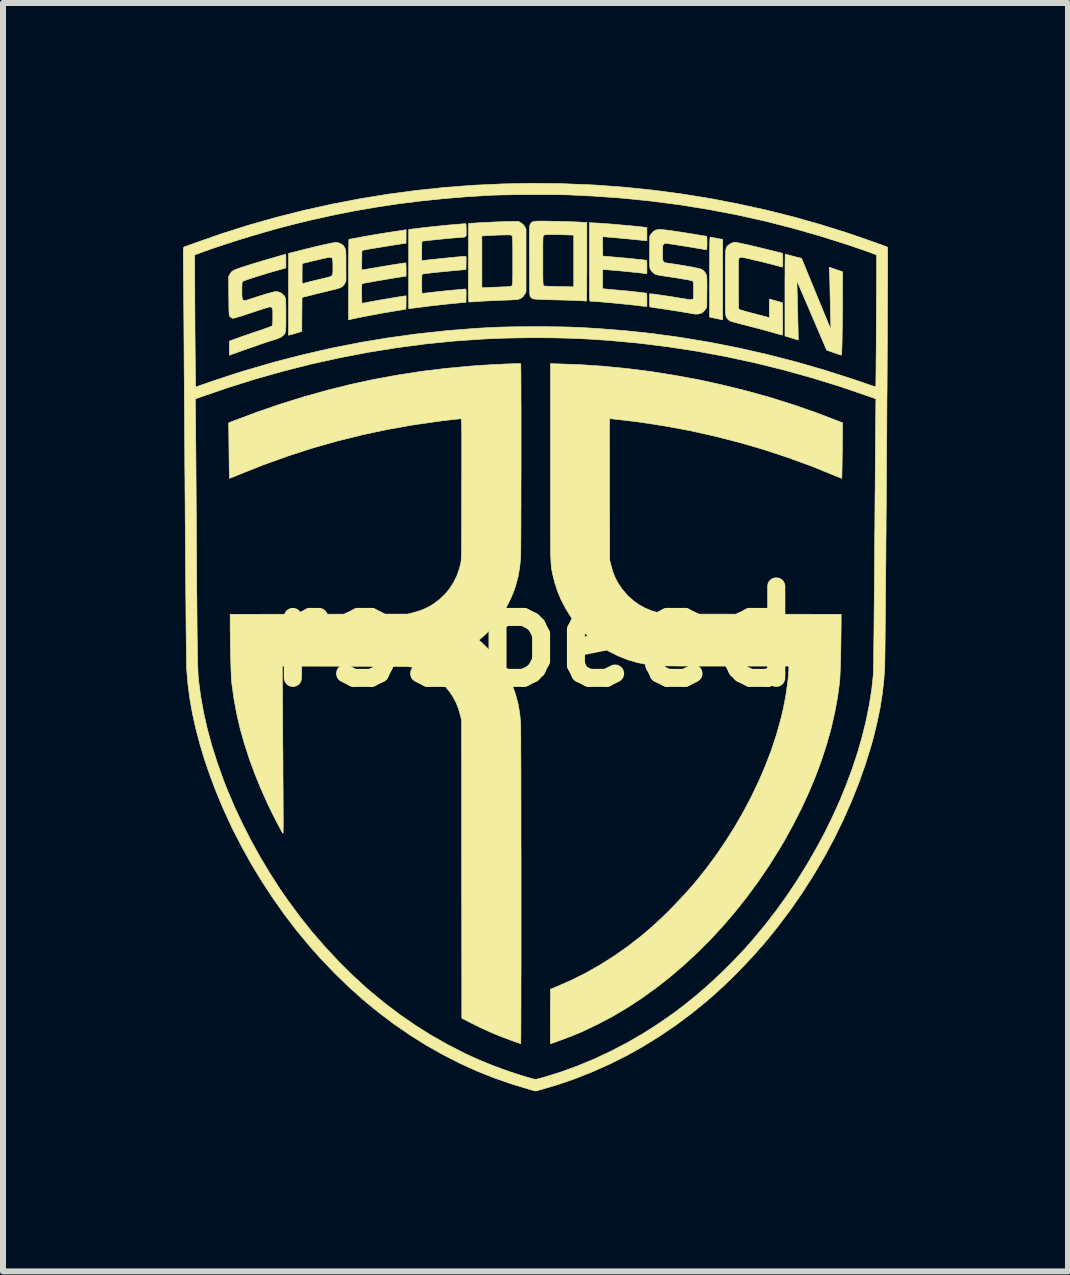
<source format=kicad_pcb>
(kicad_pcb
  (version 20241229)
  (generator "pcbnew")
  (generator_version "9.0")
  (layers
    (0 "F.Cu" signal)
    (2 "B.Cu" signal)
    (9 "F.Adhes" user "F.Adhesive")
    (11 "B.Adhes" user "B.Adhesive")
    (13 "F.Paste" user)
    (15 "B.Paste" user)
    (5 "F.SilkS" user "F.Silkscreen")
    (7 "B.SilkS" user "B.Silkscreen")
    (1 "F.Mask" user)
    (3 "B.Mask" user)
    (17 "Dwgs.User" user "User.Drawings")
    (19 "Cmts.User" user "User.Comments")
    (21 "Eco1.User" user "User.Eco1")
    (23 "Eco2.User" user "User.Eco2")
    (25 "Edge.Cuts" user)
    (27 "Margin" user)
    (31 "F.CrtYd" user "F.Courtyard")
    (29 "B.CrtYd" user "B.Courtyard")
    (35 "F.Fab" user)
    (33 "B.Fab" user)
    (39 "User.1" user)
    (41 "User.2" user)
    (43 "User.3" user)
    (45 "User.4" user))
  (footprint "rsspeed"
    (layer "F.Cu")
    (at 5.858 7.557)
    (property "Reference" "rsspeed" (at 0 0 0) (layer "F.SilkS") (effects (font (size 1.524 1.524) (thickness 0.3))))
    (attr through_hole)
    (fp_poly (pts (xy 2.939 -6.653) (xy 2.961 -6.65) (xy 2.991 -6.644) (xy 3.027 -6.638) (xy 3.037 -6.636) (xy 3.135 -6.617) (xy 3.135 -5.946) (xy 3.135 -5.849) (xy 3.135 -5.756) (xy 3.135 -5.668) (xy 3.135 -5.587) (xy 3.135 -5.513) (xy 3.134 -5.447) (xy 3.134 -5.39) (xy 3.134 -5.344) (xy 3.134 -5.309) (xy 3.134 -5.286) (xy 3.133 -5.277) (xy 3.133 -5.277) (xy 3.126 -5.279) (xy 3.107 -5.283) (xy 3.079 -5.289) (xy 3.044 -5.296) (xy 3.024 -5.3) (xy 2.917 -5.323) (xy 2.917 -5.989) (xy 2.917 -6.104) (xy 2.917 -6.205) (xy 2.918 -6.293) (xy 2.918 -6.369) (xy 2.918 -6.434) (xy 2.919 -6.489) (xy 2.919 -6.534) (xy 2.92 -6.57) (xy 2.921 -6.599) (xy 2.922 -6.621) (xy 2.923 -6.637) (xy 2.924 -6.647) (xy 2.926 -6.653) (xy 2.927 -6.655) (xy 2.928 -6.655) (xy 2.939 -6.653)) (stroke (width 0.01) (type solid)) (fill yes) (layer "F.SilkS"))
    (fp_poly (pts (xy -3.276 -6.563) (xy -3.242 -6.551) (xy -3.21 -6.534) (xy -3.188 -6.516) (xy -3.175 -6.499) (xy -3.162 -6.475) (xy -3.157 -6.466) (xy -3.154 -6.457) (xy -3.15 -6.447) (xy -3.148 -6.434) (xy -3.146 -6.418) (xy -3.145 -6.397) (xy -3.144 -6.368) (xy -3.143 -6.331) (xy -3.143 -6.283) (xy -3.143 -6.224) (xy -3.143 -6.179) (xy -3.142 -5.925) (xy -3.161 -5.887) (xy -3.177 -5.86) (xy -3.195 -5.839) (xy -3.219 -5.822) (xy -3.251 -5.808) (xy -3.293 -5.794) (xy -3.334 -5.784) (xy -3.366 -5.776) (xy -3.409 -5.766) (xy -3.46 -5.753) (xy -3.518 -5.739) (xy -3.578 -5.725) (xy -3.639 -5.71) (xy -3.652 -5.706) (xy -3.875 -5.651) (xy -3.877 -5.367) (xy -3.879 -5.084) (xy -3.968 -5.057) (xy -4.004 -5.046) (xy -4.037 -5.037) (xy -4.063 -5.03) (xy -4.078 -5.026) (xy -4.079 -5.025) (xy -4.1 -5.021) (xy -4.1 -5.949) (xy -3.874 -5.949) (xy -3.874 -5.918) (xy -3.872 -5.897) (xy -3.871 -5.885) (xy -3.868 -5.88) (xy -3.866 -5.88) (xy -3.856 -5.883) (xy -3.835 -5.889) (xy -3.804 -5.897) (xy -3.766 -5.907) (xy -3.726 -5.917) (xy -3.675 -5.93) (xy -3.62 -5.943) (xy -3.565 -5.956) (xy -3.517 -5.968) (xy -3.495 -5.973) (xy -3.45 -5.984) (xy -3.416 -5.993) (xy -3.392 -6.002) (xy -3.376 -6.015) (xy -3.366 -6.033) (xy -3.362 -6.058) (xy -3.36 -6.093) (xy -3.36 -6.14) (xy -3.36 -6.153) (xy -3.36 -6.206) (xy -3.362 -6.246) (xy -3.365 -6.275) (xy -3.37 -6.295) (xy -3.377 -6.308) (xy -3.386 -6.315) (xy -3.395 -6.319) (xy -3.405 -6.319) (xy -3.42 -6.318) (xy -3.442 -6.315) (xy -3.472 -6.309) (xy -3.512 -6.301) (xy -3.562 -6.29) (xy -3.623 -6.275) (xy -3.697 -6.258) (xy -3.73 -6.25) (xy -3.872 -6.215) (xy -3.874 -6.046) (xy -3.874 -5.991) (xy -3.874 -5.949) (xy -4.1 -5.949) (xy -4.1 -6.385) (xy -4.084 -6.388) (xy -4.073 -6.391) (xy -4.05 -6.397) (xy -4.016 -6.405) (xy -3.974 -6.415) (xy -3.926 -6.428) (xy -3.873 -6.441) (xy -3.85 -6.447) (xy -3.754 -6.471) (xy -3.664 -6.493) (xy -3.582 -6.512) (xy -3.509 -6.529) (xy -3.445 -6.543) (xy -3.392 -6.554) (xy -3.35 -6.562) (xy -3.32 -6.567) (xy -3.307 -6.568) (xy -3.276 -6.563)) (stroke (width 0.01) (type solid)) (fill yes) (layer "F.SilkS"))
    (fp_poly (pts (xy -0.264 -6.916) (xy -0.225 -6.892) (xy -0.195 -6.87) (xy -0.171 -6.842) (xy -0.164 -6.829) (xy -0.142 -6.789) (xy -0.142 -5.744) (xy -0.163 -5.705) (xy -0.193 -5.663) (xy -0.231 -5.635) (xy -0.276 -5.618) (xy -0.278 -5.618) (xy -0.295 -5.616) (xy -0.323 -5.613) (xy -0.363 -5.611) (xy -0.41 -5.608) (xy -0.464 -5.606) (xy -0.521 -5.604) (xy -0.552 -5.603) (xy -0.617 -5.6) (xy -0.687 -5.597) (xy -0.756 -5.594) (xy -0.821 -5.591) (xy -0.879 -5.588) (xy -0.926 -5.585) (xy -0.933 -5.584) (xy -0.978 -5.581) (xy -1.018 -5.578) (xy -1.052 -5.576) (xy -1.077 -5.574) (xy -1.09 -5.574) (xy -1.09 -5.574) (xy -1.093 -5.574) (xy -1.095 -5.576) (xy -1.096 -5.581) (xy -1.098 -5.59) (xy -1.099 -5.603) (xy -1.1 -5.621) (xy -1.101 -5.645) (xy -1.101 -5.676) (xy -1.102 -5.715) (xy -1.102 -5.763) (xy -1.102 -5.82) (xy -1.102 -5.888) (xy -1.102 -5.967) (xy -1.102 -6.059) (xy -1.101 -6.163) (xy -1.101 -6.228) (xy -1.1 -6.675) (xy -0.878 -6.675) (xy -0.878 -5.811) (xy -0.766 -5.816) (xy -0.718 -5.819) (xy -0.662 -5.821) (xy -0.602 -5.823) (xy -0.545 -5.826) (xy -0.522 -5.827) (xy -0.475 -5.828) (xy -0.441 -5.83) (xy -0.416 -5.832) (xy -0.4 -5.834) (xy -0.39 -5.837) (xy -0.383 -5.842) (xy -0.377 -5.848) (xy -0.377 -5.848) (xy -0.374 -5.853) (xy -0.371 -5.858) (xy -0.369 -5.866) (xy -0.367 -5.878) (xy -0.366 -5.894) (xy -0.365 -5.917) (xy -0.364 -5.946) (xy -0.364 -5.984) (xy -0.363 -6.032) (xy -0.363 -6.09) (xy -0.363 -6.161) (xy -0.363 -6.244) (xy -0.363 -6.261) (xy -0.363 -6.362) (xy -0.363 -6.449) (xy -0.364 -6.521) (xy -0.365 -6.579) (xy -0.366 -6.623) (xy -0.368 -6.653) (xy -0.37 -6.668) (xy -0.371 -6.67) (xy -0.384 -6.684) (xy -0.394 -6.69) (xy -0.406 -6.692) (xy -0.431 -6.693) (xy -0.466 -6.693) (xy -0.51 -6.692) (xy -0.561 -6.691) (xy -0.618 -6.689) (xy -0.677 -6.686) (xy -0.738 -6.683) (xy -0.796 -6.68) (xy -0.878 -6.675) (xy -1.1 -6.675) (xy -1.099 -6.883) (xy -0.972 -6.892) (xy -0.9 -6.896) (xy -0.822 -6.9) (xy -0.742 -6.904) (xy -0.661 -6.908) (xy -0.583 -6.911) (xy -0.51 -6.913) (xy -0.445 -6.915) (xy -0.391 -6.916) (xy -0.37 -6.916) (xy -0.264 -6.916)) (stroke (width 0.01) (type solid)) (fill yes) (layer "F.SilkS"))
    (fp_poly (pts (xy 4.186 -6.37) (xy 4.205 -6.365) (xy 4.232 -6.358) (xy 4.252 -6.353) (xy 4.292 -6.342) (xy 4.336 -6.33) (xy 4.376 -6.32) (xy 4.386 -6.318) (xy 4.449 -6.303) (xy 4.692 -5.712) (xy 4.728 -5.624) (xy 4.763 -5.54) (xy 4.795 -5.461) (xy 4.825 -5.388) (xy 4.853 -5.321) (xy 4.877 -5.262) (xy 4.898 -5.212) (xy 4.915 -5.172) (xy 4.927 -5.142) (xy 4.935 -5.124) (xy 4.938 -5.118) (xy 4.939 -5.123) (xy 4.939 -5.139) (xy 4.938 -5.163) (xy 4.938 -5.168) (xy 4.937 -5.186) (xy 4.936 -5.217) (xy 4.935 -5.259) (xy 4.934 -5.31) (xy 4.932 -5.37) (xy 4.931 -5.435) (xy 4.929 -5.505) (xy 4.928 -5.578) (xy 4.928 -5.581) (xy 4.926 -5.656) (xy 4.924 -5.73) (xy 4.923 -5.802) (xy 4.921 -5.869) (xy 4.92 -5.929) (xy 4.918 -5.981) (xy 4.917 -6.021) (xy 4.916 -6.047) (xy 4.911 -6.154) (xy 5.022 -6.116) (xy 5.133 -6.078) (xy 5.132 -5.693) (xy 5.131 -5.556) (xy 5.131 -5.426) (xy 5.13 -5.306) (xy 5.129 -5.194) (xy 5.127 -5.092) (xy 5.126 -5) (xy 5.125 -4.919) (xy 5.123 -4.849) (xy 5.121 -4.791) (xy 5.119 -4.746) (xy 5.117 -4.713) (xy 5.115 -4.694) (xy 5.113 -4.689) (xy 5.104 -4.691) (xy 5.084 -4.698) (xy 5.054 -4.707) (xy 5.019 -4.72) (xy 4.986 -4.731) (xy 4.867 -4.773) (xy 4.623 -5.344) (xy 4.586 -5.43) (xy 4.551 -5.512) (xy 4.518 -5.589) (xy 4.487 -5.661) (xy 4.459 -5.726) (xy 4.434 -5.783) (xy 4.414 -5.831) (xy 4.397 -5.87) (xy 4.385 -5.898) (xy 4.377 -5.914) (xy 4.375 -5.918) (xy 4.374 -5.912) (xy 4.373 -5.895) (xy 4.373 -5.868) (xy 4.374 -5.835) (xy 4.374 -5.826) (xy 4.376 -5.738) (xy 4.379 -5.649) (xy 4.381 -5.56) (xy 4.383 -5.473) (xy 4.386 -5.389) (xy 4.387 -5.308) (xy 4.389 -5.233) (xy 4.391 -5.163) (xy 4.392 -5.101) (xy 4.393 -5.048) (xy 4.394 -5.004) (xy 4.394 -4.971) (xy 4.394 -4.951) (xy 4.394 -4.943) (xy 4.386 -4.943) (xy 4.37 -4.947) (xy 4.367 -4.948) (xy 4.351 -4.953) (xy 4.325 -4.962) (xy 4.292 -4.972) (xy 4.258 -4.982) (xy 4.173 -5.008) (xy 4.173 -5.69) (xy 4.173 -5.788) (xy 4.173 -5.882) (xy 4.173 -5.971) (xy 4.174 -6.053) (xy 4.174 -6.128) (xy 4.174 -6.195) (xy 4.175 -6.253) (xy 4.175 -6.3) (xy 4.176 -6.337) (xy 4.177 -6.361) (xy 4.177 -6.371) (xy 4.177 -6.372) (xy 4.186 -6.37)) (stroke (width 0.01) (type solid)) (fill yes) (layer "F.SilkS"))
    (fp_poly (pts (xy 0.136 -6.922) (xy 0.186 -6.922) (xy 0.245 -6.921) (xy 0.31 -6.919) (xy 0.379 -6.918) (xy 0.45 -6.916) (xy 0.521 -6.914) (xy 0.589 -6.912) (xy 0.653 -6.91) (xy 0.711 -6.908) (xy 0.76 -6.905) (xy 0.789 -6.904) (xy 0.871 -6.899) (xy 0.871 -6.244) (xy 0.871 -6.148) (xy 0.871 -6.056) (xy 0.87 -5.969) (xy 0.87 -5.889) (xy 0.87 -5.816) (xy 0.869 -5.751) (xy 0.868 -5.696) (xy 0.868 -5.651) (xy 0.867 -5.618) (xy 0.866 -5.597) (xy 0.865 -5.589) (xy 0.865 -5.589) (xy 0.856 -5.59) (xy 0.836 -5.592) (xy 0.808 -5.594) (xy 0.78 -5.595) (xy 0.757 -5.597) (xy 0.72 -5.598) (xy 0.673 -5.6) (xy 0.617 -5.602) (xy 0.554 -5.604) (xy 0.485 -5.606) (xy 0.413 -5.608) (xy 0.345 -5.61) (xy 0.261 -5.612) (xy 0.19 -5.614) (xy 0.132 -5.616) (xy 0.084 -5.618) (xy 0.045 -5.62) (xy 0.015 -5.622) (xy -0.008 -5.625) (xy -0.025 -5.629) (xy -0.038 -5.634) (xy -0.048 -5.64) (xy -0.056 -5.647) (xy -0.063 -5.655) (xy -0.068 -5.663) (xy -0.071 -5.667) (xy -0.073 -5.671) (xy -0.075 -5.677) (xy -0.077 -5.686) (xy -0.079 -5.698) (xy -0.08 -5.714) (xy -0.081 -5.736) (xy -0.082 -5.764) (xy -0.083 -5.799) (xy -0.083 -5.843) (xy -0.084 -5.896) (xy -0.084 -5.959) (xy -0.085 -6.034) (xy -0.085 -6.121) (xy -0.085 -6.221) (xy -0.085 -6.262) (xy -0.085 -6.289) (xy 0.138 -6.289) (xy 0.138 -6.27) (xy 0.138 -6.182) (xy 0.138 -6.107) (xy 0.138 -6.045) (xy 0.139 -5.994) (xy 0.139 -5.953) (xy 0.14 -5.921) (xy 0.141 -5.897) (xy 0.142 -5.879) (xy 0.144 -5.867) (xy 0.146 -5.859) (xy 0.148 -5.854) (xy 0.149 -5.853) (xy 0.159 -5.844) (xy 0.162 -5.841) (xy 0.169 -5.84) (xy 0.189 -5.839) (xy 0.219 -5.838) (xy 0.257 -5.836) (xy 0.301 -5.835) (xy 0.349 -5.833) (xy 0.399 -5.832) (xy 0.448 -5.831) (xy 0.494 -5.83) (xy 0.535 -5.829) (xy 0.546 -5.829) (xy 0.653 -5.827) (xy 0.653 -6.689) (xy 0.51 -6.694) (xy 0.424 -6.696) (xy 0.352 -6.698) (xy 0.292 -6.699) (xy 0.244 -6.698) (xy 0.207 -6.697) (xy 0.18 -6.695) (xy 0.162 -6.691) (xy 0.152 -6.687) (xy 0.151 -6.686) (xy 0.148 -6.683) (xy 0.146 -6.678) (xy 0.144 -6.671) (xy 0.142 -6.659) (xy 0.141 -6.643) (xy 0.14 -6.62) (xy 0.139 -6.59) (xy 0.139 -6.551) (xy 0.138 -6.503) (xy 0.138 -6.444) (xy 0.138 -6.373) (xy 0.138 -6.289) (xy -0.085 -6.289) (xy -0.086 -6.367) (xy -0.086 -6.459) (xy -0.086 -6.539) (xy -0.086 -6.607) (xy -0.086 -6.664) (xy -0.086 -6.712) (xy -0.085 -6.751) (xy -0.084 -6.782) (xy -0.084 -6.806) (xy -0.082 -6.825) (xy -0.081 -6.839) (xy -0.079 -6.85) (xy -0.078 -6.857) (xy -0.075 -6.863) (xy -0.074 -6.865) (xy -0.062 -6.886) (xy -0.048 -6.901) (xy -0.029 -6.911) (xy -0.003 -6.917) (xy 0.032 -6.921) (xy 0.068 -6.922) (xy 0.095 -6.923) (xy 0.136 -6.922)) (stroke (width 0.01) (type solid)) (fill yes) (layer "F.SilkS"))
    (fp_poly (pts (xy -2.141 -6.666) (xy -2.141 -6.628) (xy -2.142 -6.595) (xy -2.142 -6.57) (xy -2.143 -6.556) (xy -2.144 -6.553) (xy -2.156 -6.552) (xy -2.18 -6.549) (xy -2.215 -6.544) (xy -2.259 -6.537) (xy -2.311 -6.529) (xy -2.368 -6.52) (xy -2.428 -6.51) (xy -2.49 -6.5) (xy -2.553 -6.49) (xy -2.614 -6.48) (xy -2.671 -6.471) (xy -2.724 -6.462) (xy -2.769 -6.454) (xy -2.806 -6.447) (xy -2.83 -6.443) (xy -2.877 -6.433) (xy -2.881 -6.109) (xy -2.85 -6.113) (xy -2.835 -6.115) (xy -2.807 -6.119) (xy -2.77 -6.126) (xy -2.726 -6.133) (xy -2.676 -6.142) (xy -2.634 -6.149) (xy -2.588 -6.157) (xy -2.537 -6.166) (xy -2.481 -6.175) (xy -2.425 -6.185) (xy -2.368 -6.194) (xy -2.314 -6.202) (xy -2.264 -6.21) (xy -2.221 -6.217) (xy -2.185 -6.222) (xy -2.16 -6.225) (xy -2.147 -6.227) (xy -2.147 -6.227) (xy -2.145 -6.22) (xy -2.143 -6.201) (xy -2.142 -6.173) (xy -2.141 -6.137) (xy -2.141 -6.116) (xy -2.141 -6.005) (xy -2.299 -5.981) (xy -2.341 -5.974) (xy -2.39 -5.966) (xy -2.444 -5.957) (xy -2.502 -5.947) (xy -2.562 -5.937) (xy -2.622 -5.927) (xy -2.679 -5.917) (xy -2.732 -5.907) (xy -2.779 -5.899) (xy -2.818 -5.892) (xy -2.848 -5.886) (xy -2.865 -5.882) (xy -2.868 -5.881) (xy -2.873 -5.879) (xy -2.876 -5.874) (xy -2.878 -5.864) (xy -2.879 -5.847) (xy -2.88 -5.822) (xy -2.881 -5.787) (xy -2.881 -5.74) (xy -2.881 -5.715) (xy -2.881 -5.668) (xy -2.88 -5.626) (xy -2.879 -5.592) (xy -2.878 -5.567) (xy -2.876 -5.554) (xy -2.876 -5.552) (xy -2.867 -5.553) (xy -2.847 -5.557) (xy -2.817 -5.562) (xy -2.781 -5.569) (xy -2.758 -5.574) (xy -2.72 -5.581) (xy -2.673 -5.59) (xy -2.618 -5.599) (xy -2.559 -5.61) (xy -2.497 -5.62) (xy -2.435 -5.631) (xy -2.375 -5.641) (xy -2.318 -5.651) (xy -2.268 -5.659) (xy -2.226 -5.665) (xy -2.195 -5.67) (xy -2.183 -5.672) (xy -2.141 -5.677) (xy -2.141 -5.567) (xy -2.141 -5.521) (xy -2.142 -5.489) (xy -2.144 -5.468) (xy -2.147 -5.457) (xy -2.15 -5.454) (xy -2.159 -5.452) (xy -2.181 -5.449) (xy -2.213 -5.443) (xy -2.253 -5.437) (xy -2.3 -5.429) (xy -2.348 -5.421) (xy -2.436 -5.406) (xy -2.532 -5.39) (xy -2.633 -5.371) (xy -2.735 -5.352) (xy -2.834 -5.333) (xy -2.925 -5.315) (xy -3.003 -5.299) (xy -3.099 -5.278) (xy -3.099 -5.948) (xy -3.099 -6.046) (xy -3.099 -6.139) (xy -3.098 -6.226) (xy -3.098 -6.308) (xy -3.097 -6.382) (xy -3.097 -6.448) (xy -3.096 -6.505) (xy -3.096 -6.551) (xy -3.095 -6.586) (xy -3.094 -6.609) (xy -3.093 -6.618) (xy -3.093 -6.619) (xy -3.085 -6.62) (xy -3.064 -6.624) (xy -3.034 -6.629) (xy -2.995 -6.636) (xy -2.95 -6.645) (xy -2.917 -6.651) (xy -2.831 -6.667) (xy -2.739 -6.683) (xy -2.644 -6.7) (xy -2.548 -6.715) (xy -2.457 -6.73) (xy -2.372 -6.743) (xy -2.297 -6.754) (xy -2.282 -6.757) (xy -2.243 -6.762) (xy -2.208 -6.767) (xy -2.179 -6.772) (xy -2.161 -6.775) (xy -2.157 -6.776) (xy -2.141 -6.78) (xy -2.141 -6.666)) (stroke (width 0.01) (type solid)) (fill yes) (layer "F.SilkS"))
    (fp_poly (pts (xy -1.145 -6.876) (xy -1.142 -6.865) (xy -1.14 -6.843) (xy -1.14 -6.811) (xy -1.139 -6.771) (xy -1.139 -6.732) (xy -1.139 -6.703) (xy -1.141 -6.682) (xy -1.147 -6.669) (xy -1.16 -6.66) (xy -1.18 -6.655) (xy -1.209 -6.652) (xy -1.251 -6.65) (xy -1.277 -6.648) (xy -1.342 -6.642) (xy -1.417 -6.636) (xy -1.498 -6.628) (xy -1.58 -6.62) (xy -1.658 -6.612) (xy -1.729 -6.604) (xy -1.76 -6.601) (xy -1.797 -6.596) (xy -1.829 -6.593) (xy -1.853 -6.591) (xy -1.866 -6.59) (xy -1.867 -6.59) (xy -1.871 -6.589) (xy -1.874 -6.585) (xy -1.876 -6.576) (xy -1.878 -6.56) (xy -1.879 -6.537) (xy -1.879 -6.503) (xy -1.88 -6.457) (xy -1.88 -6.426) (xy -1.88 -6.262) (xy -1.849 -6.266) (xy -1.814 -6.271) (xy -1.768 -6.276) (xy -1.715 -6.282) (xy -1.656 -6.288) (xy -1.593 -6.295) (xy -1.527 -6.302) (xy -1.461 -6.308) (xy -1.397 -6.315) (xy -1.336 -6.321) (xy -1.28 -6.326) (xy -1.232 -6.33) (xy -1.192 -6.333) (xy -1.164 -6.335) (xy -1.152 -6.335) (xy -1.147 -6.334) (xy -1.144 -6.33) (xy -1.141 -6.32) (xy -1.14 -6.302) (xy -1.14 -6.274) (xy -1.141 -6.235) (xy -1.141 -6.225) (xy -1.143 -6.115) (xy -1.324 -6.099) (xy -1.379 -6.094) (xy -1.438 -6.088) (xy -1.499 -6.082) (xy -1.561 -6.076) (xy -1.623 -6.07) (xy -1.681 -6.064) (xy -1.735 -6.058) (xy -1.782 -6.052) (xy -1.82 -6.048) (xy -1.848 -6.044) (xy -1.865 -6.041) (xy -1.867 -6.041) (xy -1.871 -6.038) (xy -1.874 -6.033) (xy -1.876 -6.023) (xy -1.878 -6.006) (xy -1.879 -5.981) (xy -1.879 -5.946) (xy -1.88 -5.898) (xy -1.88 -5.878) (xy -1.88 -5.826) (xy -1.879 -5.787) (xy -1.879 -5.758) (xy -1.877 -5.739) (xy -1.876 -5.727) (xy -1.873 -5.721) (xy -1.869 -5.719) (xy -1.865 -5.719) (xy -1.854 -5.719) (xy -1.831 -5.722) (xy -1.798 -5.725) (xy -1.758 -5.73) (xy -1.713 -5.735) (xy -1.7 -5.737) (xy -1.664 -5.741) (xy -1.62 -5.746) (xy -1.569 -5.751) (xy -1.513 -5.757) (xy -1.455 -5.763) (xy -1.397 -5.769) (xy -1.34 -5.774) (xy -1.287 -5.779) (xy -1.24 -5.784) (xy -1.2 -5.787) (xy -1.17 -5.79) (xy -1.151 -5.791) (xy -1.148 -5.791) (xy -1.145 -5.788) (xy -1.142 -5.777) (xy -1.141 -5.757) (xy -1.14 -5.726) (xy -1.141 -5.682) (xy -1.141 -5.681) (xy -1.143 -5.57) (xy -1.205 -5.564) (xy -1.313 -5.554) (xy -1.427 -5.543) (xy -1.541 -5.531) (xy -1.653 -5.518) (xy -1.758 -5.506) (xy -1.836 -5.496) (xy -1.89 -5.489) (xy -1.941 -5.483) (xy -1.986 -5.477) (xy -2.023 -5.472) (xy -2.051 -5.469) (xy -2.066 -5.467) (xy -2.066 -5.467) (xy -2.097 -5.463) (xy -2.097 -6.783) (xy -1.998 -6.795) (xy -1.945 -6.802) (xy -1.884 -6.809) (xy -1.816 -6.817) (xy -1.746 -6.825) (xy -1.677 -6.832) (xy -1.613 -6.839) (xy -1.555 -6.845) (xy -1.509 -6.85) (xy -1.506 -6.85) (xy -1.475 -6.853) (xy -1.436 -6.857) (xy -1.392 -6.86) (xy -1.346 -6.864) (xy -1.299 -6.868) (xy -1.255 -6.872) (xy -1.215 -6.875) (xy -1.182 -6.878) (xy -1.159 -6.879) (xy -1.149 -6.88) (xy -1.145 -6.876)) (stroke (width 0.01) (type solid)) (fill yes) (layer "F.SilkS"))
    (fp_poly (pts (xy 1.014 -6.891) (xy 1.059 -6.889) (xy 1.113 -6.885) (xy 1.175 -6.881) (xy 1.242 -6.876) (xy 1.313 -6.87) (xy 1.386 -6.864) (xy 1.46 -6.857) (xy 1.532 -6.851) (xy 1.601 -6.845) (xy 1.666 -6.838) (xy 1.724 -6.833) (xy 1.774 -6.827) (xy 1.814 -6.823) (xy 1.842 -6.819) (xy 1.852 -6.817) (xy 1.872 -6.813) (xy 1.872 -6.597) (xy 1.855 -6.597) (xy 1.843 -6.598) (xy 1.819 -6.6) (xy 1.785 -6.603) (xy 1.746 -6.607) (xy 1.708 -6.611) (xy 1.677 -6.614) (xy 1.637 -6.618) (xy 1.589 -6.623) (xy 1.535 -6.628) (xy 1.478 -6.633) (xy 1.42 -6.639) (xy 1.362 -6.644) (xy 1.307 -6.649) (xy 1.256 -6.653) (xy 1.213 -6.657) (xy 1.177 -6.66) (xy 1.153 -6.661) (xy 1.141 -6.662) (xy 1.138 -6.659) (xy 1.136 -6.649) (xy 1.134 -6.631) (xy 1.133 -6.603) (xy 1.133 -6.563) (xy 1.134 -6.511) (xy 1.134 -6.501) (xy 1.136 -6.34) (xy 1.33 -6.323) (xy 1.395 -6.318) (xy 1.465 -6.311) (xy 1.538 -6.305) (xy 1.608 -6.298) (xy 1.671 -6.291) (xy 1.693 -6.289) (xy 1.741 -6.283) (xy 1.784 -6.279) (xy 1.82 -6.275) (xy 1.847 -6.272) (xy 1.863 -6.27) (xy 1.867 -6.27) (xy 1.869 -6.263) (xy 1.87 -6.244) (xy 1.872 -6.216) (xy 1.872 -6.18) (xy 1.872 -6.157) (xy 1.872 -6.044) (xy 1.845 -6.048) (xy 1.817 -6.052) (xy 1.776 -6.057) (xy 1.725 -6.063) (xy 1.667 -6.069) (xy 1.604 -6.075) (xy 1.537 -6.082) (xy 1.47 -6.089) (xy 1.405 -6.095) (xy 1.343 -6.1) (xy 1.287 -6.105) (xy 1.24 -6.109) (xy 1.203 -6.111) (xy 1.187 -6.112) (xy 1.136 -6.114) (xy 1.134 -5.956) (xy 1.133 -5.902) (xy 1.133 -5.86) (xy 1.134 -5.831) (xy 1.136 -5.811) (xy 1.138 -5.8) (xy 1.141 -5.795) (xy 1.141 -5.795) (xy 1.151 -5.794) (xy 1.172 -5.792) (xy 1.205 -5.789) (xy 1.245 -5.785) (xy 1.292 -5.781) (xy 1.335 -5.777) (xy 1.391 -5.772) (xy 1.45 -5.767) (xy 1.512 -5.761) (xy 1.574 -5.755) (xy 1.635 -5.748) (xy 1.692 -5.742) (xy 1.744 -5.737) (xy 1.788 -5.731) (xy 1.823 -5.727) (xy 1.847 -5.724) (xy 1.856 -5.722) (xy 1.862 -5.72) (xy 1.867 -5.716) (xy 1.87 -5.708) (xy 1.871 -5.693) (xy 1.872 -5.67) (xy 1.872 -5.636) (xy 1.872 -5.61) (xy 1.872 -5.501) (xy 1.845 -5.502) (xy 1.826 -5.503) (xy 1.797 -5.506) (xy 1.764 -5.51) (xy 1.749 -5.512) (xy 1.713 -5.517) (xy 1.666 -5.522) (xy 1.611 -5.528) (xy 1.549 -5.535) (xy 1.481 -5.541) (xy 1.411 -5.548) (xy 1.339 -5.555) (xy 1.267 -5.562) (xy 1.197 -5.568) (xy 1.132 -5.574) (xy 1.072 -5.579) (xy 1.019 -5.583) (xy 0.976 -5.586) (xy 0.944 -5.588) (xy 0.928 -5.588) (xy 0.926 -5.588) (xy 0.924 -5.59) (xy 0.922 -5.594) (xy 0.92 -5.601) (xy 0.919 -5.612) (xy 0.918 -5.629) (xy 0.917 -5.65) (xy 0.916 -5.679) (xy 0.916 -5.715) (xy 0.915 -5.759) (xy 0.915 -5.813) (xy 0.915 -5.877) (xy 0.915 -5.952) (xy 0.914 -6.039) (xy 0.914 -6.139) (xy 0.914 -6.242) (xy 0.914 -6.896) (xy 1.014 -6.891)) (stroke (width 0.01) (type solid)) (fill yes) (layer "F.SilkS"))
    (fp_poly (pts (xy 3.365 -6.566) (xy 3.395 -6.561) (xy 3.438 -6.552) (xy 3.491 -6.541) (xy 3.554 -6.527) (xy 3.626 -6.51) (xy 3.706 -6.491) (xy 3.792 -6.47) (xy 3.884 -6.448) (xy 3.913 -6.44) (xy 3.967 -6.427) (xy 4.016 -6.415) (xy 4.059 -6.404) (xy 4.094 -6.396) (xy 4.118 -6.39) (xy 4.131 -6.387) (xy 4.133 -6.386) (xy 4.134 -6.379) (xy 4.135 -6.36) (xy 4.136 -6.332) (xy 4.136 -6.296) (xy 4.137 -6.27) (xy 4.136 -6.226) (xy 4.136 -6.195) (xy 4.135 -6.175) (xy 4.133 -6.163) (xy 4.13 -6.157) (xy 4.126 -6.156) (xy 4.124 -6.157) (xy 4.091 -6.166) (xy 4.048 -6.178) (xy 3.998 -6.191) (xy 3.942 -6.206) (xy 3.882 -6.221) (xy 3.82 -6.236) (xy 3.757 -6.252) (xy 3.695 -6.266) (xy 3.636 -6.28) (xy 3.582 -6.293) (xy 3.534 -6.304) (xy 3.495 -6.312) (xy 3.465 -6.318) (xy 3.448 -6.321) (xy 3.445 -6.321) (xy 3.425 -6.316) (xy 3.411 -6.306) (xy 3.408 -6.303) (xy 3.405 -6.299) (xy 3.403 -6.292) (xy 3.401 -6.282) (xy 3.4 -6.268) (xy 3.399 -6.248) (xy 3.398 -6.221) (xy 3.397 -6.187) (xy 3.397 -6.143) (xy 3.397 -6.089) (xy 3.397 -6.024) (xy 3.397 -5.946) (xy 3.397 -5.88) (xy 3.397 -5.79) (xy 3.397 -5.713) (xy 3.397 -5.648) (xy 3.398 -5.595) (xy 3.399 -5.552) (xy 3.399 -5.518) (xy 3.401 -5.493) (xy 3.402 -5.475) (xy 3.404 -5.463) (xy 3.406 -5.457) (xy 3.407 -5.455) (xy 3.415 -5.45) (xy 3.434 -5.442) (xy 3.464 -5.433) (xy 3.505 -5.421) (xy 3.56 -5.406) (xy 3.627 -5.388) (xy 3.63 -5.388) (xy 3.685 -5.374) (xy 3.737 -5.36) (xy 3.784 -5.348) (xy 3.824 -5.337) (xy 3.855 -5.329) (xy 3.874 -5.324) (xy 3.877 -5.323) (xy 3.912 -5.313) (xy 3.912 -5.469) (xy 3.912 -5.514) (xy 3.912 -5.555) (xy 3.912 -5.588) (xy 3.913 -5.611) (xy 3.913 -5.623) (xy 3.913 -5.624) (xy 3.921 -5.622) (xy 3.939 -5.617) (xy 3.967 -5.609) (xy 4.002 -5.599) (xy 4.024 -5.593) (xy 4.133 -5.562) (xy 4.135 -5.292) (xy 4.135 -5.22) (xy 4.135 -5.161) (xy 4.135 -5.114) (xy 4.135 -5.078) (xy 4.134 -5.052) (xy 4.132 -5.035) (xy 4.13 -5.026) (xy 4.128 -5.023) (xy 4.128 -5.023) (xy 4.118 -5.025) (xy 4.097 -5.03) (xy 4.066 -5.039) (xy 4.028 -5.05) (xy 3.984 -5.062) (xy 3.959 -5.07) (xy 3.912 -5.083) (xy 3.855 -5.099) (xy 3.789 -5.117) (xy 3.719 -5.135) (xy 3.647 -5.154) (xy 3.577 -5.172) (xy 3.538 -5.182) (xy 3.478 -5.198) (xy 3.421 -5.212) (xy 3.37 -5.226) (xy 3.325 -5.239) (xy 3.29 -5.249) (xy 3.265 -5.257) (xy 3.253 -5.262) (xy 3.253 -5.262) (xy 3.233 -5.278) (xy 3.215 -5.296) (xy 3.214 -5.296) (xy 3.208 -5.305) (xy 3.202 -5.313) (xy 3.197 -5.321) (xy 3.193 -5.331) (xy 3.189 -5.343) (xy 3.187 -5.36) (xy 3.184 -5.38) (xy 3.182 -5.407) (xy 3.181 -5.44) (xy 3.18 -5.481) (xy 3.179 -5.53) (xy 3.179 -5.59) (xy 3.179 -5.66) (xy 3.179 -5.742) (xy 3.179 -5.837) (xy 3.179 -5.903) (xy 3.179 -6.007) (xy 3.179 -6.098) (xy 3.179 -6.177) (xy 3.179 -6.244) (xy 3.18 -6.301) (xy 3.181 -6.348) (xy 3.182 -6.387) (xy 3.184 -6.418) (xy 3.187 -6.443) (xy 3.191 -6.463) (xy 3.195 -6.478) (xy 3.201 -6.49) (xy 3.207 -6.499) (xy 3.214 -6.507) (xy 3.223 -6.515) (xy 3.233 -6.523) (xy 3.237 -6.526) (xy 3.276 -6.553) (xy 3.318 -6.566) (xy 3.348 -6.568) (xy 3.365 -6.566)) (stroke (width 0.01) (type solid)) (fill yes) (layer "F.SilkS"))
    (fp_poly (pts (xy 2.088 -6.784) (xy 2.124 -6.781) (xy 2.171 -6.776) (xy 2.229 -6.769) (xy 2.297 -6.76) (xy 2.374 -6.748) (xy 2.458 -6.736) (xy 2.549 -6.721) (xy 2.646 -6.706) (xy 2.669 -6.702) (xy 2.721 -6.693) (xy 2.767 -6.685) (xy 2.807 -6.679) (xy 2.838 -6.674) (xy 2.859 -6.671) (xy 2.868 -6.669) (xy 2.868 -6.669) (xy 2.87 -6.662) (xy 2.872 -6.644) (xy 2.873 -6.615) (xy 2.874 -6.58) (xy 2.874 -6.557) (xy 2.873 -6.514) (xy 2.872 -6.48) (xy 2.87 -6.457) (xy 2.868 -6.445) (xy 2.867 -6.444) (xy 2.858 -6.446) (xy 2.837 -6.449) (xy 2.806 -6.454) (xy 2.767 -6.461) (xy 2.722 -6.468) (xy 2.694 -6.473) (xy 2.651 -6.481) (xy 2.6 -6.489) (xy 2.546 -6.498) (xy 2.489 -6.507) (xy 2.431 -6.516) (xy 2.375 -6.525) (xy 2.322 -6.533) (xy 2.275 -6.54) (xy 2.235 -6.546) (xy 2.204 -6.55) (xy 2.184 -6.553) (xy 2.178 -6.553) (xy 2.167 -6.548) (xy 2.153 -6.537) (xy 2.151 -6.535) (xy 2.145 -6.529) (xy 2.14 -6.521) (xy 2.137 -6.511) (xy 2.135 -6.496) (xy 2.134 -6.474) (xy 2.134 -6.442) (xy 2.134 -6.398) (xy 2.134 -6.39) (xy 2.134 -6.339) (xy 2.135 -6.3) (xy 2.138 -6.271) (xy 2.145 -6.252) (xy 2.156 -6.239) (xy 2.173 -6.231) (xy 2.197 -6.225) (xy 2.229 -6.221) (xy 2.235 -6.22) (xy 2.296 -6.211) (xy 2.36 -6.202) (xy 2.426 -6.191) (xy 2.491 -6.18) (xy 2.554 -6.169) (xy 2.613 -6.159) (xy 2.665 -6.148) (xy 2.711 -6.139) (xy 2.746 -6.131) (xy 2.77 -6.124) (xy 2.777 -6.122) (xy 2.815 -6.097) (xy 2.845 -6.062) (xy 2.865 -6.02) (xy 2.867 -6.015) (xy 2.869 -5.999) (xy 2.871 -5.969) (xy 2.872 -5.926) (xy 2.873 -5.871) (xy 2.873 -5.805) (xy 2.872 -5.738) (xy 2.87 -5.489) (xy 2.848 -5.453) (xy 2.817 -5.415) (xy 2.777 -5.388) (xy 2.731 -5.375) (xy 2.712 -5.373) (xy 2.681 -5.373) (xy 2.65 -5.376) (xy 2.634 -5.378) (xy 2.607 -5.384) (xy 2.568 -5.391) (xy 2.519 -5.399) (xy 2.463 -5.409) (xy 2.402 -5.419) (xy 2.338 -5.429) (xy 2.274 -5.439) (xy 2.213 -5.449) (xy 2.156 -5.457) (xy 2.108 -5.464) (xy 2.061 -5.471) (xy 2.018 -5.477) (xy 1.981 -5.483) (xy 1.953 -5.487) (xy 1.935 -5.49) (xy 1.932 -5.49) (xy 1.926 -5.492) (xy 1.922 -5.496) (xy 1.919 -5.504) (xy 1.917 -5.519) (xy 1.916 -5.542) (xy 1.916 -5.577) (xy 1.916 -5.603) (xy 1.916 -5.711) (xy 1.933 -5.711) (xy 1.948 -5.71) (xy 1.975 -5.707) (xy 2.012 -5.702) (xy 2.059 -5.696) (xy 2.113 -5.688) (xy 2.172 -5.679) (xy 2.235 -5.67) (xy 2.3 -5.66) (xy 2.365 -5.649) (xy 2.428 -5.639) (xy 2.433 -5.638) (xy 2.489 -5.629) (xy 2.532 -5.622) (xy 2.565 -5.618) (xy 2.588 -5.615) (xy 2.605 -5.614) (xy 2.616 -5.614) (xy 2.624 -5.617) (xy 2.631 -5.62) (xy 2.631 -5.62) (xy 2.649 -5.632) (xy 2.649 -5.773) (xy 2.649 -5.822) (xy 2.648 -5.858) (xy 2.648 -5.883) (xy 2.646 -5.901) (xy 2.644 -5.912) (xy 2.64 -5.918) (xy 2.635 -5.923) (xy 2.632 -5.925) (xy 2.62 -5.929) (xy 2.595 -5.935) (xy 2.558 -5.943) (xy 2.51 -5.951) (xy 2.453 -5.961) (xy 2.388 -5.972) (xy 2.316 -5.984) (xy 2.238 -5.995) (xy 2.155 -6.008) (xy 2.145 -6.009) (xy 2.102 -6.016) (xy 2.063 -6.023) (xy 2.032 -6.031) (xy 2.012 -6.037) (xy 2.01 -6.038) (xy 1.981 -6.058) (xy 1.954 -6.085) (xy 1.933 -6.115) (xy 1.923 -6.137) (xy 1.921 -6.153) (xy 1.919 -6.181) (xy 1.917 -6.223) (xy 1.917 -6.278) (xy 1.917 -6.346) (xy 1.917 -6.42) (xy 1.92 -6.675) (xy 1.941 -6.707) (xy 1.976 -6.746) (xy 2.016 -6.771) (xy 2.06 -6.783) (xy 2.066 -6.784) (xy 2.088 -6.784)) (stroke (width 0.01) (type solid)) (fill yes) (layer "F.SilkS"))
    (fp_poly (pts (xy -4.15 -6.369) (xy -4.147 -6.361) (xy -4.145 -6.346) (xy -4.144 -6.32) (xy -4.144 -6.283) (xy -4.144 -6.258) (xy -4.144 -6.142) (xy -4.304 -6.096) (xy -4.376 -6.076) (xy -4.448 -6.055) (xy -4.519 -6.033) (xy -4.587 -6.012) (xy -4.65 -5.993) (xy -4.708 -5.974) (xy -4.759 -5.957) (xy -4.801 -5.943) (xy -4.834 -5.931) (xy -4.855 -5.922) (xy -4.863 -5.918) (xy -4.868 -5.912) (xy -4.871 -5.905) (xy -4.874 -5.894) (xy -4.875 -5.876) (xy -4.876 -5.85) (xy -4.877 -5.814) (xy -4.877 -5.765) (xy -4.877 -5.708) (xy -4.875 -5.664) (xy -4.871 -5.633) (xy -4.863 -5.612) (xy -4.849 -5.601) (xy -4.828 -5.599) (xy -4.799 -5.604) (xy -4.76 -5.616) (xy -4.715 -5.631) (xy -4.625 -5.661) (xy -4.544 -5.686) (xy -4.474 -5.708) (xy -4.414 -5.725) (xy -4.367 -5.737) (xy -4.332 -5.745) (xy -4.309 -5.748) (xy -4.309 -5.748) (xy -4.267 -5.743) (xy -4.23 -5.727) (xy -4.198 -5.703) (xy -4.185 -5.691) (xy -4.174 -5.68) (xy -4.165 -5.668) (xy -4.158 -5.654) (xy -4.153 -5.635) (xy -4.149 -5.612) (xy -4.147 -5.581) (xy -4.145 -5.543) (xy -4.145 -5.494) (xy -4.144 -5.434) (xy -4.144 -5.361) (xy -4.144 -5.356) (xy -4.144 -5.282) (xy -4.144 -5.221) (xy -4.145 -5.171) (xy -4.147 -5.132) (xy -4.149 -5.101) (xy -4.153 -5.077) (xy -4.158 -5.058) (xy -4.166 -5.043) (xy -4.175 -5.031) (xy -4.186 -5.02) (xy -4.2 -5.007) (xy -4.202 -5.006) (xy -4.216 -4.995) (xy -4.233 -4.985) (xy -4.255 -4.975) (xy -4.285 -4.963) (xy -4.326 -4.95) (xy -4.36 -4.939) (xy -4.45 -4.91) (xy -4.549 -4.877) (xy -4.652 -4.841) (xy -4.756 -4.805) (xy -4.856 -4.77) (xy -4.945 -4.738) (xy -4.986 -4.723) (xy -5.023 -4.71) (xy -5.053 -4.699) (xy -5.074 -4.691) (xy -5.084 -4.688) (xy -5.084 -4.688) (xy -5.085 -4.695) (xy -5.086 -4.714) (xy -5.086 -4.743) (xy -5.086 -4.778) (xy -5.086 -4.806) (xy -5.084 -4.923) (xy -4.989 -4.958) (xy -4.96 -4.969) (xy -4.919 -4.983) (xy -4.869 -5.001) (xy -4.813 -5.02) (xy -4.752 -5.041) (xy -4.689 -5.063) (xy -4.637 -5.08) (xy -4.569 -5.103) (xy -4.51 -5.124) (xy -4.459 -5.142) (xy -4.419 -5.157) (xy -4.39 -5.169) (xy -4.374 -5.177) (xy -4.371 -5.179) (xy -4.367 -5.189) (xy -4.365 -5.208) (xy -4.363 -5.238) (xy -4.362 -5.28) (xy -4.362 -5.327) (xy -4.362 -5.374) (xy -4.362 -5.409) (xy -4.363 -5.434) (xy -4.364 -5.451) (xy -4.367 -5.462) (xy -4.371 -5.47) (xy -4.377 -5.476) (xy -4.38 -5.479) (xy -4.391 -5.489) (xy -4.402 -5.493) (xy -4.417 -5.491) (xy -4.436 -5.487) (xy -4.451 -5.482) (xy -4.479 -5.474) (xy -4.516 -5.462) (xy -4.562 -5.447) (xy -4.615 -5.43) (xy -4.673 -5.411) (xy -4.734 -5.391) (xy -4.744 -5.388) (xy -4.804 -5.368) (xy -4.86 -5.35) (xy -4.911 -5.334) (xy -4.954 -5.321) (xy -4.989 -5.311) (xy -5.014 -5.305) (xy -5.026 -5.302) (xy -5.027 -5.302) (xy -5.056 -5.315) (xy -5.076 -5.331) (xy -5.082 -5.34) (xy -5.084 -5.346) (xy -5.087 -5.356) (xy -5.089 -5.371) (xy -5.09 -5.391) (xy -5.092 -5.419) (xy -5.093 -5.455) (xy -5.094 -5.501) (xy -5.094 -5.558) (xy -5.095 -5.627) (xy -5.096 -5.679) (xy -5.098 -5.998) (xy -5.077 -6.036) (xy -5.069 -6.051) (xy -5.06 -6.064) (xy -5.049 -6.076) (xy -5.036 -6.087) (xy -5.019 -6.098) (xy -4.997 -6.109) (xy -4.968 -6.121) (xy -4.932 -6.134) (xy -4.888 -6.149) (xy -4.834 -6.167) (xy -4.769 -6.188) (xy -4.692 -6.212) (xy -4.645 -6.226) (xy -4.584 -6.244) (xy -4.519 -6.264) (xy -4.452 -6.284) (xy -4.389 -6.302) (xy -4.333 -6.318) (xy -4.312 -6.324) (xy -4.267 -6.337) (xy -4.227 -6.348) (xy -4.193 -6.358) (xy -4.169 -6.365) (xy -4.155 -6.369) (xy -4.154 -6.37) (xy -4.15 -6.369)) (stroke (width 0.01) (type solid)) (fill yes) (layer "F.SilkS"))
    (fp_poly (pts (xy 0.374 -4.544) (xy 0.764 -4.53) (xy 1.158 -4.503) (xy 1.556 -4.464) (xy 1.955 -4.413) (xy 2.354 -4.349) (xy 2.753 -4.275) (xy 3.148 -4.188) (xy 3.539 -4.091) (xy 3.925 -3.984) (xy 4.303 -3.865) (xy 4.673 -3.737) (xy 4.888 -3.656) (xy 4.933 -3.639) (xy 4.978 -3.621) (xy 5.02 -3.605) (xy 5.055 -3.592) (xy 5.076 -3.583) (xy 5.133 -3.561) (xy 5.128 -3.1) (xy 5.127 -3.019) (xy 5.126 -2.943) (xy 5.125 -2.873) (xy 5.124 -2.809) (xy 5.123 -2.753) (xy 5.122 -2.707) (xy 5.121 -2.671) (xy 5.121 -2.647) (xy 5.12 -2.636) (xy 5.12 -2.636) (xy 5.113 -2.638) (xy 5.095 -2.644) (xy 5.069 -2.655) (xy 5.036 -2.668) (xy 5.024 -2.673) (xy 4.628 -2.834) (xy 4.226 -2.981) (xy 3.82 -3.115) (xy 3.41 -3.234) (xy 2.995 -3.34) (xy 2.578 -3.433) (xy 2.158 -3.51) (xy 1.843 -3.559) (xy 1.774 -3.569) (xy 1.699 -3.579) (xy 1.622 -3.589) (xy 1.544 -3.598) (xy 1.469 -3.607) (xy 1.4 -3.615) (xy 1.34 -3.622) (xy 1.301 -3.626) (xy 1.248 -3.63) (xy 1.25 -2.452) (xy 1.252 -1.274) (xy 1.268 -1.207) (xy 1.301 -1.089) (xy 1.343 -0.981) (xy 1.395 -0.883) (xy 1.458 -0.791) (xy 1.532 -0.704) (xy 1.556 -0.678) (xy 1.644 -0.599) (xy 1.737 -0.532) (xy 1.836 -0.476) (xy 1.944 -0.431) (xy 2.061 -0.396) (xy 2.086 -0.389) (xy 2.094 -0.388) (xy 2.102 -0.386) (xy 2.11 -0.385) (xy 2.12 -0.383) (xy 2.132 -0.382) (xy 2.146 -0.381) (xy 2.163 -0.38) (xy 2.183 -0.379) (xy 2.209 -0.378) (xy 2.239 -0.377) (xy 2.274 -0.377) (xy 2.316 -0.376) (xy 2.365 -0.375) (xy 2.421 -0.375) (xy 2.484 -0.375) (xy 2.557 -0.374) (xy 2.639 -0.374) (xy 2.73 -0.374) (xy 2.832 -0.373) (xy 2.946 -0.373) (xy 3.07 -0.373) (xy 3.207 -0.373) (xy 3.357 -0.372) (xy 3.521 -0.372) (xy 3.63 -0.372) (xy 5.109 -0.37) (xy 5.109 -0.241) (xy 5.108 -0.152) (xy 5.107 -0.06) (xy 5.106 0.034) (xy 5.105 0.129) (xy 5.103 0.222) (xy 5.101 0.313) (xy 5.099 0.399) (xy 5.096 0.48) (xy 5.094 0.554) (xy 5.092 0.619) (xy 5.089 0.675) (xy 5.086 0.719) (xy 5.084 0.75) (xy 5.084 0.751) (xy 5.05 1.008) (xy 5.002 1.268) (xy 4.942 1.532) (xy 4.867 1.798) (xy 4.78 2.066) (xy 4.68 2.335) (xy 4.567 2.606) (xy 4.442 2.876) (xy 4.304 3.146) (xy 4.155 3.416) (xy 4.082 3.539) (xy 3.91 3.814) (xy 3.729 4.081) (xy 3.539 4.339) (xy 3.343 4.587) (xy 3.138 4.826) (xy 2.927 5.054) (xy 2.71 5.271) (xy 2.486 5.478) (xy 2.257 5.674) (xy 2.023 5.857) (xy 1.784 6.029) (xy 1.541 6.188) (xy 1.294 6.334) (xy 1.043 6.466) (xy 0.79 6.586) (xy 0.602 6.664) (xy 0.568 6.677) (xy 0.528 6.692) (xy 0.484 6.709) (xy 0.439 6.725) (xy 0.395 6.741) (xy 0.354 6.756) (xy 0.318 6.768) (xy 0.29 6.778) (xy 0.271 6.784) (xy 0.264 6.785) (xy 0.264 6.778) (xy 0.263 6.758) (xy 0.263 6.726) (xy 0.263 6.682) (xy 0.263 6.63) (xy 0.262 6.568) (xy 0.263 6.5) (xy 0.263 6.426) (xy 0.263 6.347) (xy 0.263 6.331) (xy 0.265 5.877) (xy 0.362 5.838) (xy 0.612 5.728) (xy 0.857 5.606) (xy 1.096 5.47) (xy 1.331 5.321) (xy 1.561 5.159) (xy 1.787 4.983) (xy 1.969 4.827) (xy 2.049 4.754) (xy 2.136 4.672) (xy 2.227 4.583) (xy 2.32 4.488) (xy 2.412 4.392) (xy 2.502 4.295) (xy 2.587 4.2) (xy 2.665 4.11) (xy 2.687 4.084) (xy 2.864 3.863) (xy 3.034 3.633) (xy 3.194 3.396) (xy 3.346 3.154) (xy 3.488 2.907) (xy 3.619 2.656) (xy 3.74 2.403) (xy 3.849 2.148) (xy 3.946 1.894) (xy 4.03 1.64) (xy 4.101 1.388) (xy 4.132 1.263) (xy 4.15 1.178) (xy 4.168 1.088) (xy 4.185 0.995) (xy 4.199 0.903) (xy 4.212 0.813) (xy 4.223 0.728) (xy 4.231 0.65) (xy 4.236 0.581) (xy 4.238 0.524) (xy 4.238 0.493) (xy 3.188 0.493) (xy 3.042 0.493) (xy 2.903 0.493) (xy 2.772 0.493) (xy 2.65 0.493) (xy 2.537 0.492) (xy 2.434 0.492) (xy 2.341 0.491) (xy 2.259 0.49) (xy 2.189 0.49) (xy 2.131 0.489) (xy 2.086 0.488) (xy 2.054 0.487) (xy 2.039 0.486) (xy 1.872 0.467) (xy 1.708 0.433) (xy 1.549 0.386) (xy 1.396 0.325) (xy 1.247 0.251) (xy 1.105 0.164) (xy 0.978 0.071) (xy 0.928 0.029) (xy 0.874 -0.02) (xy 0.819 -0.074) (xy 0.766 -0.128) (xy 0.719 -0.18) (xy 0.687 -0.218) (xy 0.596 -0.341) (xy 0.515 -0.473) (xy 0.443 -0.612) (xy 0.383 -0.754) (xy 0.336 -0.899) (xy 0.306 -1.02) (xy 0.301 -1.041) (xy 0.297 -1.061) (xy 0.293 -1.079) (xy 0.29 -1.096) (xy 0.287 -1.114) (xy 0.284 -1.132) (xy 0.281 -1.152) (xy 0.279 -1.173) (xy 0.277 -1.196) (xy 0.275 -1.223) (xy 0.273 -1.253) (xy 0.272 -1.288) (xy 0.27 -1.327) (xy 0.269 -1.371) (xy 0.268 -1.422) (xy 0.267 -1.479) (xy 0.267 -1.544) (xy 0.266 -1.616) (xy 0.266 -1.697) (xy 0.265 -1.786) (xy 0.265 -1.886) (xy 0.265 -1.995) (xy 0.265 -2.116) (xy 0.265 -2.248) (xy 0.265 -2.392) (xy 0.265 -2.549) (xy 0.265 -2.719) (xy 0.265 -2.903) (xy 0.265 -2.91) (xy 0.265 -4.547) (xy 0.374 -4.544)) (stroke (width 0.01) (type solid)) (fill yes) (layer "F.SilkS"))
    (fp_poly (pts (xy -0.251 -4.547) (xy -0.234 -4.546) (xy -0.23 -4.545) (xy -0.23 -4.538) (xy -0.229 -4.517) (xy -0.229 -4.482) (xy -0.228 -4.436) (xy -0.227 -4.378) (xy -0.227 -4.31) (xy -0.227 -4.232) (xy -0.226 -4.145) (xy -0.226 -4.05) (xy -0.226 -3.948) (xy -0.225 -3.839) (xy -0.225 -3.724) (xy -0.225 -3.605) (xy -0.225 -3.481) (xy -0.225 -3.354) (xy -0.225 -3.224) (xy -0.225 -3.092) (xy -0.225 -2.96) (xy -0.225 -2.827) (xy -0.225 -2.695) (xy -0.226 -2.564) (xy -0.226 -2.435) (xy -0.226 -2.31) (xy -0.226 -2.188) (xy -0.227 -2.071) (xy -0.227 -1.959) (xy -0.227 -1.853) (xy -0.228 -1.754) (xy -0.228 -1.663) (xy -0.229 -1.581) (xy -0.229 -1.508) (xy -0.23 -1.445) (xy -0.231 -1.393) (xy -0.231 -1.353) (xy -0.232 -1.325) (xy -0.232 -1.314) (xy -0.248 -1.151) (xy -0.275 -0.996) (xy -0.315 -0.847) (xy -0.341 -0.768) (xy -0.363 -0.714) (xy -0.389 -0.653) (xy -0.419 -0.588) (xy -0.451 -0.525) (xy -0.483 -0.465) (xy -0.512 -0.415) (xy -0.519 -0.403) (xy -0.582 -0.31) (xy -0.652 -0.218) (xy -0.727 -0.131) (xy -0.803 -0.051) (xy -0.862 0.003) (xy -0.928 0.061) (xy -0.898 0.086) (xy -0.866 0.114) (xy -0.828 0.151) (xy -0.786 0.193) (xy -0.742 0.239) (xy -0.7 0.286) (xy -0.661 0.33) (xy -0.629 0.369) (xy -0.62 0.381) (xy -0.524 0.52) (xy -0.441 0.664) (xy -0.372 0.811) (xy -0.317 0.963) (xy -0.275 1.12) (xy -0.247 1.283) (xy -0.232 1.437) (xy -0.232 1.453) (xy -0.231 1.483) (xy -0.231 1.525) (xy -0.23 1.58) (xy -0.23 1.646) (xy -0.229 1.724) (xy -0.229 1.812) (xy -0.229 1.909) (xy -0.228 2.016) (xy -0.228 2.132) (xy -0.227 2.255) (xy -0.227 2.386) (xy -0.227 2.523) (xy -0.227 2.666) (xy -0.226 2.815) (xy -0.226 2.969) (xy -0.226 3.127) (xy -0.226 3.289) (xy -0.226 3.454) (xy -0.225 3.621) (xy -0.225 3.79) (xy -0.225 3.96) (xy -0.225 4.13) (xy -0.225 4.301) (xy -0.225 4.471) (xy -0.225 4.639) (xy -0.225 4.806) (xy -0.225 4.97) (xy -0.225 5.131) (xy -0.225 5.288) (xy -0.225 5.44) (xy -0.225 5.588) (xy -0.226 5.73) (xy -0.226 5.866) (xy -0.226 5.995) (xy -0.226 6.116) (xy -0.227 6.23) (xy -0.227 6.334) (xy -0.227 6.43) (xy -0.228 6.515) (xy -0.228 6.59) (xy -0.228 6.654) (xy -0.229 6.705) (xy -0.229 6.745) (xy -0.23 6.771) (xy -0.23 6.784) (xy -0.23 6.785) (xy -0.239 6.783) (xy -0.258 6.776) (xy -0.287 6.766) (xy -0.322 6.754) (xy -0.356 6.742) (xy -0.539 6.674) (xy -0.714 6.603) (xy -0.886 6.525) (xy -1.06 6.439) (xy -1.083 6.428) (xy -1.212 6.361) (xy -1.216 1.397) (xy -1.231 1.332) (xy -1.265 1.211) (xy -1.308 1.101) (xy -1.362 1) (xy -1.427 0.905) (xy -1.503 0.816) (xy -1.544 0.775) (xy -1.633 0.7) (xy -1.73 0.635) (xy -1.835 0.582) (xy -1.95 0.538) (xy -2.039 0.513) (xy -2.047 0.511) (xy -2.056 0.509) (xy -2.065 0.507) (xy -2.076 0.506) (xy -2.089 0.504) (xy -2.105 0.503) (xy -2.125 0.502) (xy -2.149 0.501) (xy -2.178 0.5) (xy -2.213 0.5) (xy -2.255 0.499) (xy -2.304 0.498) (xy -2.361 0.498) (xy -2.427 0.498) (xy -2.503 0.497) (xy -2.588 0.497) (xy -2.685 0.497) (xy -2.794 0.496) (xy -2.915 0.496) (xy -3.049 0.496) (xy -3.153 0.495) (xy -4.204 0.493) (xy -4.199 1.206) (xy -4.198 1.412) (xy -4.197 1.604) (xy -4.196 1.783) (xy -4.194 1.948) (xy -4.193 2.101) (xy -4.193 2.242) (xy -4.192 2.371) (xy -4.191 2.489) (xy -4.19 2.596) (xy -4.19 2.694) (xy -4.189 2.782) (xy -4.189 2.86) (xy -4.189 2.93) (xy -4.188 2.992) (xy -4.188 3.047) (xy -4.188 3.094) (xy -4.188 3.134) (xy -4.188 3.168) (xy -4.189 3.197) (xy -4.189 3.22) (xy -4.189 3.239) (xy -4.19 3.254) (xy -4.19 3.264) (xy -4.191 3.272) (xy -4.192 3.277) (xy -4.193 3.279) (xy -4.193 3.28) (xy -4.194 3.279) (xy -4.195 3.278) (xy -4.196 3.277) (xy -4.205 3.262) (xy -4.22 3.237) (xy -4.239 3.202) (xy -4.261 3.16) (xy -4.286 3.113) (xy -4.312 3.062) (xy -4.339 3.009) (xy -4.366 2.956) (xy -4.391 2.905) (xy -4.414 2.858) (xy -4.434 2.817) (xy -4.435 2.816) (xy -4.554 2.551) (xy -4.66 2.292) (xy -4.754 2.037) (xy -4.835 1.786) (xy -4.905 1.538) (xy -4.962 1.292) (xy -5.008 1.048) (xy -5.042 0.804) (xy -5.048 0.755) (xy -5.05 0.724) (xy -5.053 0.68) (xy -5.055 0.625) (xy -5.058 0.56) (xy -5.06 0.486) (xy -5.063 0.405) (xy -5.065 0.318) (xy -5.067 0.228) (xy -5.069 0.134) (xy -5.07 0.04) (xy -5.071 -0.055) (xy -5.072 -0.147) (xy -5.072 -0.219) (xy -5.073 -0.37) (xy -2.115 -0.374) (xy -2.048 -0.39) (xy -1.934 -0.422) (xy -1.828 -0.463) (xy -1.729 -0.514) (xy -1.677 -0.547) (xy -1.579 -0.622) (xy -1.491 -0.705) (xy -1.414 -0.799) (xy -1.349 -0.901) (xy -1.295 -1.011) (xy -1.253 -1.13) (xy -1.232 -1.212) (xy -1.23 -1.221) (xy -1.228 -1.23) (xy -1.226 -1.24) (xy -1.225 -1.251) (xy -1.223 -1.265) (xy -1.222 -1.281) (xy -1.221 -1.3) (xy -1.22 -1.324) (xy -1.219 -1.353) (xy -1.219 -1.387) (xy -1.218 -1.428) (xy -1.217 -1.475) (xy -1.217 -1.53) (xy -1.216 -1.594) (xy -1.216 -1.667) (xy -1.216 -1.749) (xy -1.215 -1.842) (xy -1.215 -1.946) (xy -1.215 -2.062) (xy -1.214 -2.19) (xy -1.214 -2.332) (xy -1.214 -2.455) (xy -1.214 -2.61) (xy -1.213 -2.751) (xy -1.213 -2.879) (xy -1.213 -2.994) (xy -1.213 -3.098) (xy -1.213 -3.19) (xy -1.213 -3.271) (xy -1.213 -3.342) (xy -1.214 -3.403) (xy -1.214 -3.455) (xy -1.215 -3.5) (xy -1.215 -3.536) (xy -1.216 -3.565) (xy -1.217 -3.588) (xy -1.218 -3.606) (xy -1.219 -3.617) (xy -1.22 -3.625) (xy -1.221 -3.628) (xy -1.222 -3.629) (xy -1.236 -3.628) (xy -1.263 -3.625) (xy -1.3 -3.622) (xy -1.345 -3.617) (xy -1.397 -3.611) (xy -1.452 -3.605) (xy -1.51 -3.598) (xy -1.567 -3.591) (xy -1.618 -3.584) (xy -2.042 -3.523) (xy -2.462 -3.448) (xy -2.879 -3.359) (xy -3.293 -3.256) (xy -3.704 -3.139) (xy -4.112 -3.007) (xy -4.518 -2.861) (xy -4.92 -2.701) (xy -4.968 -2.681) (xy -5.006 -2.666) (xy -5.038 -2.652) (xy -5.063 -2.643) (xy -5.08 -2.637) (xy -5.084 -2.636) (xy -5.085 -2.644) (xy -5.085 -2.664) (xy -5.086 -2.697) (xy -5.087 -2.741) (xy -5.088 -2.794) (xy -5.089 -2.856) (xy -5.09 -2.925) (xy -5.091 -2.999) (xy -5.092 -3.079) (xy -5.092 -3.1) (xy -5.097 -3.561) (xy -5.018 -3.592) (xy -4.622 -3.74) (xy -4.23 -3.875) (xy -3.84 -3.996) (xy -3.451 -4.105) (xy -3.062 -4.202) (xy -2.672 -4.286) (xy -2.278 -4.358) (xy -1.881 -4.419) (xy -1.478 -4.468) (xy -1.07 -4.506) (xy -1.006 -4.511) (xy -0.936 -4.516) (xy -0.863 -4.521) (xy -0.787 -4.525) (xy -0.711 -4.53) (xy -0.636 -4.534) (xy -0.563 -4.537) (xy -0.494 -4.541) (xy -0.429 -4.543) (xy -0.371 -4.545) (xy -0.322 -4.547) (xy -0.281 -4.547) (xy -0.251 -4.547)) (stroke (width 0.01) (type solid)) (fill yes) (layer "F.SilkS"))
    (fp_poly (pts (xy 0.439 -7.547) (xy 0.92 -7.528) (xy 1.038 -7.522) (xy 1.513 -7.486) (xy 1.988 -7.437) (xy 2.461 -7.374) (xy 2.931 -7.298) (xy 3.398 -7.208) (xy 3.862 -7.106) (xy 4.32 -6.991) (xy 4.772 -6.863) (xy 5.219 -6.723) (xy 5.541 -6.612) (xy 5.617 -6.585) (xy 5.681 -6.563) (xy 5.733 -6.544) (xy 5.775 -6.529) (xy 5.809 -6.516) (xy 5.834 -6.507) (xy 5.852 -6.5) (xy 5.865 -6.495) (xy 5.874 -6.491) (xy 5.879 -6.488) (xy 5.882 -6.485) (xy 5.883 -6.485) (xy 5.883 -6.477) (xy 5.883 -6.456) (xy 5.884 -6.42) (xy 5.884 -6.372) (xy 5.884 -6.312) (xy 5.884 -6.24) (xy 5.884 -6.156) (xy 5.884 -6.062) (xy 5.883 -5.958) (xy 5.883 -5.844) (xy 5.882 -5.721) (xy 5.882 -5.589) (xy 5.881 -5.449) (xy 5.88 -5.302) (xy 5.88 -5.148) (xy 5.879 -4.987) (xy 5.878 -4.821) (xy 5.877 -4.649) (xy 5.876 -4.473) (xy 5.875 -4.292) (xy 5.874 -4.107) (xy 5.872 -3.92) (xy 5.871 -3.729) (xy 5.87 -3.537) (xy 5.869 -3.343) (xy 5.867 -3.148) (xy 5.866 -2.953) (xy 5.865 -2.758) (xy 5.863 -2.563) (xy 5.862 -2.37) (xy 5.861 -2.178) (xy 5.859 -1.988) (xy 5.858 -1.802) (xy 5.856 -1.618) (xy 5.855 -1.439) (xy 5.854 -1.263) (xy 5.852 -1.093) (xy 5.851 -0.929) (xy 5.85 -0.77) (xy 5.848 -0.618) (xy 5.847 -0.473) (xy 5.846 -0.335) (xy 5.844 -0.206) (xy 5.843 -0.086) (xy 5.842 0.025) (xy 5.841 0.127) (xy 5.84 0.218) (xy 5.839 0.298) (xy 5.838 0.366) (xy 5.837 0.423) (xy 5.836 0.467) (xy 5.836 0.498) (xy 5.835 0.512) (xy 5.82 0.737) (xy 5.793 0.966) (xy 5.756 1.2) (xy 5.706 1.44) (xy 5.646 1.687) (xy 5.613 1.806) (xy 5.515 2.124) (xy 5.403 2.441) (xy 5.278 2.755) (xy 5.139 3.067) (xy 4.988 3.376) (xy 4.824 3.68) (xy 4.647 3.98) (xy 4.46 4.273) (xy 4.261 4.56) (xy 4.051 4.839) (xy 3.963 4.949) (xy 3.813 5.13) (xy 3.653 5.312) (xy 3.485 5.491) (xy 3.314 5.666) (xy 3.14 5.834) (xy 2.966 5.992) (xy 2.87 6.075) (xy 2.617 6.281) (xy 2.357 6.475) (xy 2.091 6.656) (xy 1.818 6.825) (xy 1.541 6.981) (xy 1.257 7.123) (xy 0.969 7.252) (xy 0.677 7.368) (xy 0.38 7.47) (xy 0.083 7.557) (xy 0.018 7.574) (xy -0.073 7.55) (xy -0.373 7.46) (xy -0.67 7.357) (xy -0.961 7.241) (xy -1.248 7.111) (xy -1.529 6.967) (xy -1.806 6.811) (xy -2.076 6.641) (xy -2.342 6.458) (xy -2.601 6.263) (xy -2.854 6.055) (xy -3.101 5.834) (xy -3.341 5.601) (xy -3.575 5.355) (xy -3.77 5.134) (xy -3.976 4.885) (xy -4.175 4.623) (xy -4.366 4.352) (xy -4.549 4.073) (xy -4.722 3.787) (xy -4.883 3.497) (xy -5.033 3.205) (xy -5.072 3.123) (xy -5.195 2.853) (xy -5.307 2.584) (xy -5.408 2.317) (xy -5.499 2.053) (xy -5.577 1.792) (xy -5.645 1.535) (xy -5.701 1.282) (xy -5.745 1.035) (xy -5.776 0.794) (xy -5.796 0.559) (xy -5.799 0.513) (xy -5.799 0.495) (xy -5.8 0.462) (xy -5.801 0.415) (xy -5.801 0.356) (xy -5.802 0.284) (xy -5.803 0.199) (xy -5.804 0.103) (xy -5.805 -0.004) (xy -5.807 -0.123) (xy -5.808 -0.251) (xy -5.809 -0.39) (xy -5.81 -0.538) (xy -5.812 -0.695) (xy -5.813 -0.86) (xy -5.815 -1.034) (xy -5.816 -1.215) (xy -5.817 -1.404) (xy -5.819 -1.599) (xy -5.82 -1.8) (xy -5.822 -2.007) (xy -5.823 -2.22) (xy -5.825 -2.437) (xy -5.826 -2.659) (xy -5.828 -2.812) (xy -5.829 -3.028) (xy -5.83 -3.242) (xy -5.832 -3.452) (xy -5.833 -3.658) (xy -5.835 -3.861) (xy -5.835 -3.959) (xy -5.654 -3.959) (xy -5.65 -3.719) (xy -5.65 -3.69) (xy -5.649 -3.647) (xy -5.649 -3.592) (xy -5.648 -3.523) (xy -5.647 -3.444) (xy -5.647 -3.353) (xy -5.646 -3.252) (xy -5.645 -3.142) (xy -5.644 -3.023) (xy -5.643 -2.896) (xy -5.642 -2.762) (xy -5.641 -2.622) (xy -5.64 -2.476) (xy -5.639 -2.324) (xy -5.638 -2.169) (xy -5.637 -2.01) (xy -5.636 -1.848) (xy -5.635 -1.684) (xy -5.635 -1.676) (xy -5.634 -1.459) (xy -5.632 -1.255) (xy -5.631 -1.065) (xy -5.63 -0.888) (xy -5.629 -0.723) (xy -5.627 -0.571) (xy -5.626 -0.429) (xy -5.625 -0.299) (xy -5.624 -0.179) (xy -5.623 -0.069) (xy -5.622 0.031) (xy -5.62 0.123) (xy -5.619 0.206) (xy -5.618 0.281) (xy -5.616 0.349) (xy -5.615 0.411) (xy -5.614 0.465) (xy -5.612 0.514) (xy -5.61 0.558) (xy -5.609 0.597) (xy -5.607 0.631) (xy -5.605 0.662) (xy -5.603 0.69) (xy -5.601 0.714) (xy -5.599 0.733) (xy -5.564 0.998) (xy -5.515 1.268) (xy -5.453 1.542) (xy -5.377 1.821) (xy -5.287 2.104) (xy -5.184 2.393) (xy -5.116 2.565) (xy -4.999 2.841) (xy -4.868 3.119) (xy -4.727 3.396) (xy -4.576 3.669) (xy -4.416 3.937) (xy -4.249 4.197) (xy -4.105 4.405) (xy -3.907 4.673) (xy -3.7 4.932) (xy -3.484 5.181) (xy -3.26 5.42) (xy -3.03 5.648) (xy -2.795 5.863) (xy -2.743 5.908) (xy -2.495 6.112) (xy -2.241 6.304) (xy -1.98 6.484) (xy -1.714 6.651) (xy -1.443 6.804) (xy -1.167 6.945) (xy -1.027 7.01) (xy -0.912 7.061) (xy -0.789 7.112) (xy -0.662 7.162) (xy -0.535 7.209) (xy -0.41 7.253) (xy -0.292 7.292) (xy -0.21 7.318) (xy -0.168 7.33) (xy -0.126 7.343) (xy -0.089 7.354) (xy -0.06 7.362) (xy -0.051 7.365) (xy -0.024 7.372) (xy -0.000457 7.378) (xy 0.013 7.38) (xy 0.026 7.378) (xy 0.049 7.373) (xy 0.082 7.365) (xy 0.12 7.355) (xy 0.159 7.344) (xy 0.44 7.257) (xy 0.719 7.155) (xy 0.997 7.04) (xy 1.271 6.911) (xy 1.542 6.77) (xy 1.807 6.617) (xy 2.067 6.451) (xy 2.321 6.274) (xy 2.493 6.144) (xy 2.702 5.975) (xy 2.911 5.793) (xy 3.117 5.601) (xy 3.318 5.401) (xy 3.511 5.196) (xy 3.654 5.033) (xy 3.847 4.8) (xy 4.032 4.56) (xy 4.209 4.314) (xy 4.377 4.061) (xy 4.537 3.804) (xy 4.688 3.543) (xy 4.83 3.279) (xy 4.961 3.012) (xy 5.083 2.743) (xy 5.194 2.473) (xy 5.294 2.203) (xy 5.383 1.934) (xy 5.46 1.667) (xy 5.525 1.402) (xy 5.578 1.14) (xy 5.619 0.881) (xy 5.646 0.628) (xy 5.646 0.628) (xy 5.646 0.614) (xy 5.647 0.585) (xy 5.648 0.544) (xy 5.649 0.49) (xy 5.65 0.424) (xy 5.651 0.347) (xy 5.652 0.259) (xy 5.653 0.161) (xy 5.654 0.054) (xy 5.656 -0.063) (xy 5.657 -0.187) (xy 5.658 -0.319) (xy 5.659 -0.458) (xy 5.661 -0.603) (xy 5.662 -0.753) (xy 5.663 -0.909) (xy 5.665 -1.069) (xy 5.666 -1.233) (xy 5.667 -1.346) (xy 5.668 -1.516) (xy 5.669 -1.684) (xy 5.671 -1.851) (xy 5.672 -2.015) (xy 5.673 -2.175) (xy 5.674 -2.331) (xy 5.676 -2.481) (xy 5.677 -2.626) (xy 5.678 -2.765) (xy 5.679 -2.896) (xy 5.68 -3.019) (xy 5.681 -3.133) (xy 5.682 -3.237) (xy 5.682 -3.331) (xy 5.683 -3.414) (xy 5.684 -3.485) (xy 5.684 -3.543) (xy 5.685 -3.587) (xy 5.685 -3.6) (xy 5.688 -3.96) (xy 5.56 -4.006) (xy 5.089 -4.167) (xy 4.615 -4.313) (xy 4.141 -4.445) (xy 3.664 -4.562) (xy 3.186 -4.665) (xy 2.706 -4.754) (xy 2.224 -4.828) (xy 1.741 -4.888) (xy 1.256 -4.933) (xy 0.914 -4.956) (xy 0.73 -4.965) (xy 0.534 -4.972) (xy 0.329 -4.977) (xy 0.12 -4.979) (xy -0.091 -4.979) (xy -0.301 -4.976) (xy -0.507 -4.972) (xy -0.706 -4.965) (xy -0.874 -4.956) (xy -1.349 -4.923) (xy -1.823 -4.875) (xy -2.298 -4.812) (xy -2.772 -4.736) (xy -3.246 -4.645) (xy -3.718 -4.541) (xy -4.187 -4.422) (xy -4.655 -4.29) (xy -5.119 -4.144) (xy -5.478 -4.021) (xy -5.654 -3.959) (xy -5.835 -3.959) (xy -5.836 -4.059) (xy -5.837 -4.251) (xy -5.839 -4.438) (xy -5.84 -4.619) (xy -5.841 -4.793) (xy -5.842 -4.96) (xy -5.843 -5.118) (xy -5.844 -5.269) (xy -5.845 -5.411) (xy -5.846 -5.543) (xy -5.847 -5.666) (xy -5.848 -5.778) (xy -5.849 -5.88) (xy -5.85 -5.97) (xy -5.85 -6.048) (xy -5.851 -6.113) (xy -5.851 -6.166) (xy -5.852 -6.205) (xy -5.852 -6.231) (xy -5.852 -6.231) (xy -5.853 -6.299) (xy -5.853 -6.354) (xy -5.853 -6.359) (xy -5.664 -6.359) (xy -5.663 -5.874) (xy -5.662 -5.744) (xy -5.662 -5.614) (xy -5.661 -5.484) (xy -5.66 -5.356) (xy -5.66 -5.231) (xy -5.659 -5.108) (xy -5.658 -4.989) (xy -5.657 -4.875) (xy -5.656 -4.766) (xy -5.655 -4.664) (xy -5.654 -4.568) (xy -5.653 -4.481) (xy -5.652 -4.402) (xy -5.651 -4.333) (xy -5.65 -4.274) (xy -5.649 -4.227) (xy -5.649 -4.191) (xy -5.648 -4.168) (xy -5.647 -4.159) (xy -5.647 -4.158) (xy -5.638 -4.161) (xy -5.619 -4.167) (xy -5.591 -4.177) (xy -5.558 -4.189) (xy -5.544 -4.194) (xy -5.5 -4.209) (xy -5.445 -4.228) (xy -5.381 -4.25) (xy -5.31 -4.274) (xy -5.234 -4.299) (xy -5.157 -4.325) (xy -5.079 -4.35) (xy -5.004 -4.374) (xy -4.934 -4.397) (xy -4.871 -4.417) (xy -4.818 -4.433) (xy -4.815 -4.434) (xy -4.341 -4.572) (xy -3.864 -4.695) (xy -3.384 -4.805) (xy -2.903 -4.9) (xy -2.42 -4.98) (xy -1.936 -5.046) (xy -1.451 -5.098) (xy -0.991 -5.134) (xy -0.89 -5.14) (xy -0.796 -5.146) (xy -0.707 -5.15) (xy -0.621 -5.154) (xy -0.536 -5.157) (xy -0.449 -5.159) (xy -0.357 -5.161) (xy -0.259 -5.162) (xy -0.153 -5.162) (xy -0.035 -5.163) (xy 0.022 -5.163) (xy 0.142 -5.163) (xy 0.25 -5.162) (xy 0.348 -5.161) (xy 0.438 -5.16) (xy 0.524 -5.158) (xy 0.606 -5.156) (xy 0.689 -5.152) (xy 0.773 -5.149) (xy 0.862 -5.144) (xy 0.957 -5.138) (xy 1.031 -5.134) (xy 1.506 -5.097) (xy 1.983 -5.046) (xy 2.459 -4.98) (xy 2.936 -4.9) (xy 3.411 -4.806) (xy 3.886 -4.698) (xy 4.359 -4.576) (xy 4.831 -4.44) (xy 5.3 -4.29) (xy 5.54 -4.208) (xy 5.583 -4.193) (xy 5.621 -4.18) (xy 5.652 -4.17) (xy 5.674 -4.163) (xy 5.685 -4.16) (xy 5.686 -4.16) (xy 5.686 -4.167) (xy 5.687 -4.188) (xy 5.688 -4.222) (xy 5.688 -4.268) (xy 5.689 -4.324) (xy 5.69 -4.389) (xy 5.691 -4.464) (xy 5.691 -4.546) (xy 5.692 -4.635) (xy 5.693 -4.73) (xy 5.694 -4.829) (xy 5.694 -4.933) (xy 5.695 -5.039) (xy 5.696 -5.148) (xy 5.696 -5.257) (xy 5.697 -5.366) (xy 5.698 -5.475) (xy 5.698 -5.581) (xy 5.699 -5.685) (xy 5.699 -5.785) (xy 5.7 -5.879) (xy 5.7 -5.969) (xy 5.7 -6.051) (xy 5.7 -6.126) (xy 5.7 -6.192) (xy 5.7 -6.248) (xy 5.7 -6.294) (xy 5.7 -6.328) (xy 5.7 -6.35) (xy 5.699 -6.358) (xy 5.699 -6.358) (xy 5.69 -6.362) (xy 5.67 -6.37) (xy 5.638 -6.382) (xy 5.598 -6.397) (xy 5.551 -6.414) (xy 5.498 -6.433) (xy 5.441 -6.453) (xy 5.381 -6.473) (xy 5.321 -6.494) (xy 5.262 -6.514) (xy 5.211 -6.531) (xy 4.752 -6.676) (xy 4.292 -6.807) (xy 3.83 -6.925) (xy 3.365 -7.028) (xy 2.898 -7.117) (xy 2.427 -7.193) (xy 1.953 -7.255) (xy 1.473 -7.304) (xy 0.989 -7.339) (xy 0.559 -7.36) (xy 0.498 -7.361) (xy 0.426 -7.363) (xy 0.345 -7.363) (xy 0.255 -7.364) (xy 0.159 -7.364) (xy 0.058 -7.364) (xy -0.045 -7.364) (xy -0.148 -7.364) (xy -0.25 -7.363) (xy -0.35 -7.362) (xy -0.444 -7.36) (xy -0.531 -7.359) (xy -0.61 -7.357) (xy -0.679 -7.355) (xy -0.735 -7.352) (xy -0.744 -7.352) (xy -1.139 -7.328) (xy -1.523 -7.296) (xy -1.899 -7.257) (xy -2.268 -7.211) (xy -2.632 -7.156) (xy -2.994 -7.094) (xy -3.355 -7.022) (xy -3.718 -6.942) (xy -3.966 -6.882) (xy -4.149 -6.835) (xy -4.34 -6.784) (xy -4.536 -6.728) (xy -4.733 -6.67) (xy -4.929 -6.61) (xy -5.121 -6.548) (xy -5.306 -6.487) (xy -5.481 -6.426) (xy -5.577 -6.391) (xy -5.664 -6.359) (xy -5.853 -6.359) (xy -5.853 -6.397) (xy -5.853 -6.43) (xy -5.852 -6.454) (xy -5.851 -6.471) (xy -5.849 -6.481) (xy -5.847 -6.487) (xy -5.844 -6.49) (xy -5.843 -6.49) (xy -5.833 -6.494) (xy -5.812 -6.501) (xy -5.78 -6.513) (xy -5.741 -6.527) (xy -5.696 -6.543) (xy -5.65 -6.56) (xy -5.207 -6.715) (xy -4.757 -6.857) (xy -4.302 -6.986) (xy -3.842 -7.102) (xy -3.377 -7.205) (xy -2.908 -7.295) (xy -2.435 -7.372) (xy -1.96 -7.435) (xy -1.482 -7.485) (xy -1.003 -7.521) (xy -0.523 -7.543) (xy -0.042 -7.552) (xy 0.439 -7.547)) (stroke (width 0.01) (type solid)) (fill yes) (layer "F.SilkS")))
  (gr_rect
    (start -3 -3)
    (end 14.747 18.137)
    (stroke (width 0.1) (type default))
    (fill no)
    (layer "Edge.Cuts")))
</source>
